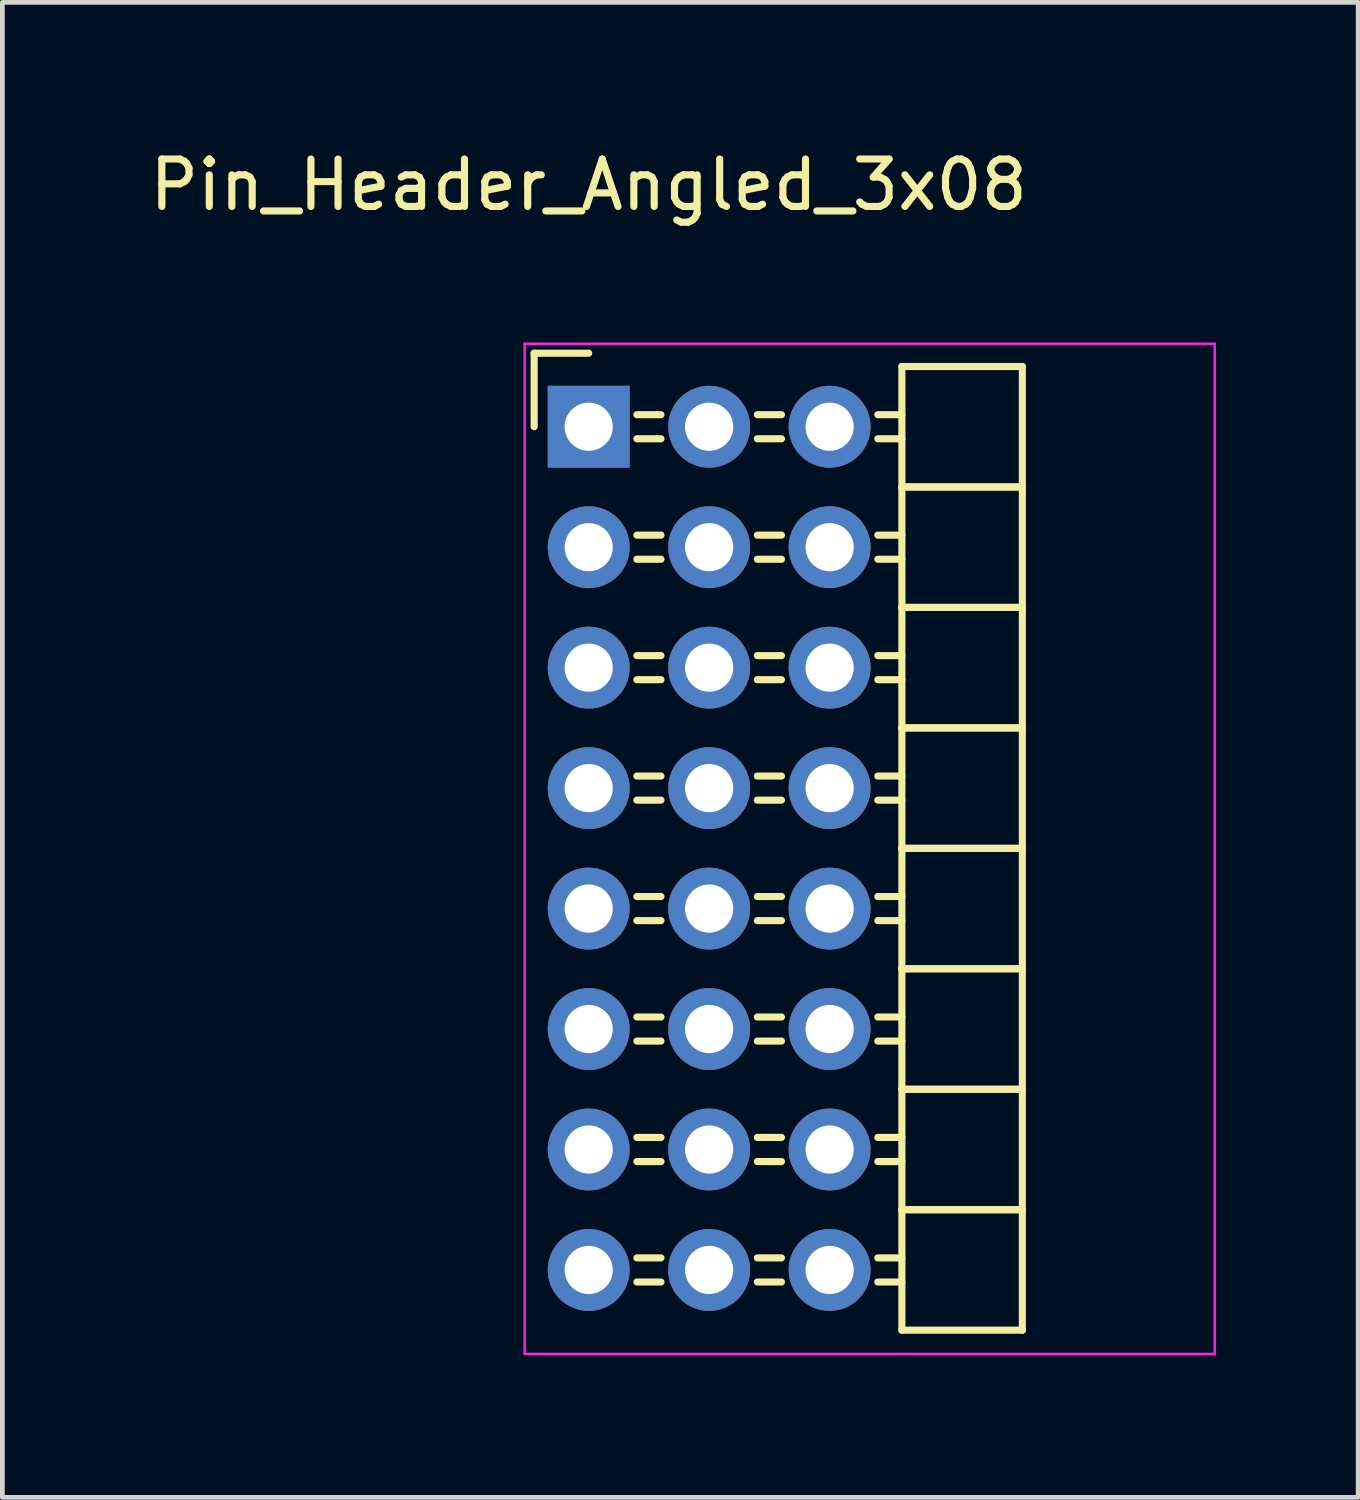
<source format=kicad_pcb>
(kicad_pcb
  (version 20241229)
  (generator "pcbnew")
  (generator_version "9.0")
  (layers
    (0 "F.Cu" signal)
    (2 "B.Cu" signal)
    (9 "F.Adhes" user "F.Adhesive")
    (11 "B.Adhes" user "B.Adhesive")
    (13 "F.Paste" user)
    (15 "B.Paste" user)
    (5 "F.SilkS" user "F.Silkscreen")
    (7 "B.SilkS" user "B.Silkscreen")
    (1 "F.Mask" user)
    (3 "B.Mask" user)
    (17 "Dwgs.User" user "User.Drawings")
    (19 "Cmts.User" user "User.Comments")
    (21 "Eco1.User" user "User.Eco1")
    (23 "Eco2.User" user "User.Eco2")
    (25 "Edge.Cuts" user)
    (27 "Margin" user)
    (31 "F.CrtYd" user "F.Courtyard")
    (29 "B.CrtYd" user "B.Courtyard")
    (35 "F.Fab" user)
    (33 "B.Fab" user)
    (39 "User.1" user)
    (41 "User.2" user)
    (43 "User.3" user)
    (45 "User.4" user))
  (footprint "Pin_Header_Angled_3x08"
    (layer "F.Cu")
    (at 9.363 5.948)
    (property "Reference" "Pin_Header_Angled_3x08" (at 0 -5.1 0) (layer "F.SilkS") (effects (font (size 1 1) (thickness 0.15))))
    (attr through_hole)
    (fp_line (start -1.15 -1.55) (end -1.15 0) (stroke (width 0.15) (type solid)) (layer "F.SilkS"))
    (fp_line (start 0 -1.55) (end -1.15 -1.55) (stroke (width 0.15) (type solid)) (layer "F.SilkS"))
    (fp_line (start 1.524 -0.254) (end 1.016 -0.254) (stroke (width 0.15) (type solid)) (layer "F.SilkS"))
    (fp_line (start 1.524 0.254) (end 1.016 0.254) (stroke (width 0.15) (type solid)) (layer "F.SilkS"))
    (fp_line (start 1.524 2.286) (end 1.016 2.286) (stroke (width 0.15) (type solid)) (layer "F.SilkS"))
    (fp_line (start 1.524 2.794) (end 1.016 2.794) (stroke (width 0.15) (type solid)) (layer "F.SilkS"))
    (fp_line (start 1.524 4.826) (end 1.016 4.826) (stroke (width 0.15) (type solid)) (layer "F.SilkS"))
    (fp_line (start 1.524 5.334) (end 1.016 5.334) (stroke (width 0.15) (type solid)) (layer "F.SilkS"))
    (fp_line (start 1.524 7.366) (end 1.016 7.366) (stroke (width 0.15) (type solid)) (layer "F.SilkS"))
    (fp_line (start 1.524 7.874) (end 1.016 7.874) (stroke (width 0.15) (type solid)) (layer "F.SilkS"))
    (fp_line (start 1.524 9.906) (end 1.016 9.906) (stroke (width 0.15) (type solid)) (layer "F.SilkS"))
    (fp_line (start 1.524 10.414) (end 1.016 10.414) (stroke (width 0.15) (type solid)) (layer "F.SilkS"))
    (fp_line (start 1.524 12.446) (end 1.016 12.446) (stroke (width 0.15) (type solid)) (layer "F.SilkS"))
    (fp_line (start 1.524 12.954) (end 1.016 12.954) (stroke (width 0.15) (type solid)) (layer "F.SilkS"))
    (fp_line (start 1.524 14.986) (end 1.016 14.986) (stroke (width 0.15) (type solid)) (layer "F.SilkS"))
    (fp_line (start 1.524 15.494) (end 1.016 15.494) (stroke (width 0.15) (type solid)) (layer "F.SilkS"))
    (fp_line (start 1.524 17.526) (end 1.016 17.526) (stroke (width 0.15) (type solid)) (layer "F.SilkS"))
    (fp_line (start 1.524 18.034) (end 1.016 18.034) (stroke (width 0.15) (type solid)) (layer "F.SilkS"))
    (fp_line (start 4.064 -0.254) (end 3.556 -0.254) (stroke (width 0.15) (type solid)) (layer "F.SilkS"))
    (fp_line (start 4.064 0.254) (end 3.556 0.254) (stroke (width 0.15) (type solid)) (layer "F.SilkS"))
    (fp_line (start 4.064 2.286) (end 3.556 2.286) (stroke (width 0.15) (type solid)) (layer "F.SilkS"))
    (fp_line (start 4.064 2.794) (end 3.556 2.794) (stroke (width 0.15) (type solid)) (layer "F.SilkS"))
    (fp_line (start 4.064 4.826) (end 3.556 4.826) (stroke (width 0.15) (type solid)) (layer "F.SilkS"))
    (fp_line (start 4.064 5.334) (end 3.556 5.334) (stroke (width 0.15) (type solid)) (layer "F.SilkS"))
    (fp_line (start 4.064 7.366) (end 3.556 7.366) (stroke (width 0.15) (type solid)) (layer "F.SilkS"))
    (fp_line (start 4.064 7.874) (end 3.556 7.874) (stroke (width 0.15) (type solid)) (layer "F.SilkS"))
    (fp_line (start 4.064 9.906) (end 3.556 9.906) (stroke (width 0.15) (type solid)) (layer "F.SilkS"))
    (fp_line (start 4.064 10.414) (end 3.556 10.414) (stroke (width 0.15) (type solid)) (layer "F.SilkS"))
    (fp_line (start 4.064 12.446) (end 3.556 12.446) (stroke (width 0.15) (type solid)) (layer "F.SilkS"))
    (fp_line (start 4.064 12.954) (end 3.556 12.954) (stroke (width 0.15) (type solid)) (layer "F.SilkS"))
    (fp_line (start 4.064 14.986) (end 3.556 14.986) (stroke (width 0.15) (type solid)) (layer "F.SilkS"))
    (fp_line (start 4.064 15.494) (end 3.556 15.494) (stroke (width 0.15) (type solid)) (layer "F.SilkS"))
    (fp_line (start 4.064 17.526) (end 3.556 17.526) (stroke (width 0.15) (type solid)) (layer "F.SilkS"))
    (fp_line (start 4.064 18.034) (end 3.556 18.034) (stroke (width 0.15) (type solid)) (layer "F.SilkS"))
    (fp_line (start 6.604 -1.27) (end 6.604 1.27) (stroke (width 0.15) (type solid)) (layer "F.SilkS"))
    (fp_line (start 6.604 -1.27) (end 9.144 -1.27) (stroke (width 0.15) (type solid)) (layer "F.SilkS"))
    (fp_line (start 6.604 -0.254) (end 6.096 -0.254) (stroke (width 0.15) (type solid)) (layer "F.SilkS"))
    (fp_line (start 6.604 0.254) (end 6.096 0.254) (stroke (width 0.15) (type solid)) (layer "F.SilkS"))
    (fp_line (start 6.604 1.27) (end 6.604 3.81) (stroke (width 0.15) (type solid)) (layer "F.SilkS"))
    (fp_line (start 6.604 1.27) (end 9.144 1.27) (stroke (width 0.15) (type solid)) (layer "F.SilkS"))
    (fp_line (start 6.604 1.27) (end 9.144 1.27) (stroke (width 0.15) (type solid)) (layer "F.SilkS"))
    (fp_line (start 6.604 2.286) (end 6.096 2.286) (stroke (width 0.15) (type solid)) (layer "F.SilkS"))
    (fp_line (start 6.604 2.794) (end 6.096 2.794) (stroke (width 0.15) (type solid)) (layer "F.SilkS"))
    (fp_line (start 6.604 3.81) (end 6.604 6.35) (stroke (width 0.15) (type solid)) (layer "F.SilkS"))
    (fp_line (start 6.604 3.81) (end 9.144 3.81) (stroke (width 0.15) (type solid)) (layer "F.SilkS"))
    (fp_line (start 6.604 3.81) (end 9.144 3.81) (stroke (width 0.15) (type solid)) (layer "F.SilkS"))
    (fp_line (start 6.604 4.826) (end 6.096 4.826) (stroke (width 0.15) (type solid)) (layer "F.SilkS"))
    (fp_line (start 6.604 5.334) (end 6.096 5.334) (stroke (width 0.15) (type solid)) (layer "F.SilkS"))
    (fp_line (start 6.604 6.35) (end 6.604 8.89) (stroke (width 0.15) (type solid)) (layer "F.SilkS"))
    (fp_line (start 6.604 6.35) (end 9.144 6.35) (stroke (width 0.15) (type solid)) (layer "F.SilkS"))
    (fp_line (start 6.604 6.35) (end 9.144 6.35) (stroke (width 0.15) (type solid)) (layer "F.SilkS"))
    (fp_line (start 6.604 7.366) (end 6.096 7.366) (stroke (width 0.15) (type solid)) (layer "F.SilkS"))
    (fp_line (start 6.604 7.874) (end 6.096 7.874) (stroke (width 0.15) (type solid)) (layer "F.SilkS"))
    (fp_line (start 6.604 8.89) (end 6.604 11.43) (stroke (width 0.15) (type solid)) (layer "F.SilkS"))
    (fp_line (start 6.604 8.89) (end 9.144 8.89) (stroke (width 0.15) (type solid)) (layer "F.SilkS"))
    (fp_line (start 6.604 8.89) (end 9.144 8.89) (stroke (width 0.15) (type solid)) (layer "F.SilkS"))
    (fp_line (start 6.604 9.906) (end 6.096 9.906) (stroke (width 0.15) (type solid)) (layer "F.SilkS"))
    (fp_line (start 6.604 10.414) (end 6.096 10.414) (stroke (width 0.15) (type solid)) (layer "F.SilkS"))
    (fp_line (start 6.604 11.43) (end 6.604 13.97) (stroke (width 0.15) (type solid)) (layer "F.SilkS"))
    (fp_line (start 6.604 11.43) (end 9.144 11.43) (stroke (width 0.15) (type solid)) (layer "F.SilkS"))
    (fp_line (start 6.604 11.43) (end 9.144 11.43) (stroke (width 0.15) (type solid)) (layer "F.SilkS"))
    (fp_line (start 6.604 12.446) (end 6.096 12.446) (stroke (width 0.15) (type solid)) (layer "F.SilkS"))
    (fp_line (start 6.604 12.954) (end 6.096 12.954) (stroke (width 0.15) (type solid)) (layer "F.SilkS"))
    (fp_line (start 6.604 13.97) (end 6.604 16.51) (stroke (width 0.15) (type solid)) (layer "F.SilkS"))
    (fp_line (start 6.604 13.97) (end 9.144 13.97) (stroke (width 0.15) (type solid)) (layer "F.SilkS"))
    (fp_line (start 6.604 13.97) (end 9.144 13.97) (stroke (width 0.15) (type solid)) (layer "F.SilkS"))
    (fp_line (start 6.604 14.986) (end 6.096 14.986) (stroke (width 0.15) (type solid)) (layer "F.SilkS"))
    (fp_line (start 6.604 15.494) (end 6.096 15.494) (stroke (width 0.15) (type solid)) (layer "F.SilkS"))
    (fp_line (start 6.604 16.51) (end 6.604 19.05) (stroke (width 0.15) (type solid)) (layer "F.SilkS"))
    (fp_line (start 6.604 16.51) (end 9.144 16.51) (stroke (width 0.15) (type solid)) (layer "F.SilkS"))
    (fp_line (start 6.604 16.51) (end 9.144 16.51) (stroke (width 0.15) (type solid)) (layer "F.SilkS"))
    (fp_line (start 6.604 17.526) (end 6.096 17.526) (stroke (width 0.15) (type solid)) (layer "F.SilkS"))
    (fp_line (start 6.604 18.034) (end 6.096 18.034) (stroke (width 0.15) (type solid)) (layer "F.SilkS"))
    (fp_line (start 6.604 19.05) (end 9.144 19.05) (stroke (width 0.15) (type solid)) (layer "F.SilkS"))
    (fp_line (start 9.144 1.27) (end 9.144 -1.27) (stroke (width 0.15) (type solid)) (layer "F.SilkS"))
    (fp_line (start 9.144 3.81) (end 9.144 1.27) (stroke (width 0.15) (type solid)) (layer "F.SilkS"))
    (fp_line (start 9.144 6.35) (end 9.144 3.81) (stroke (width 0.15) (type solid)) (layer "F.SilkS"))
    (fp_line (start 9.144 8.89) (end 9.144 6.35) (stroke (width 0.15) (type solid)) (layer "F.SilkS"))
    (fp_line (start 9.144 11.43) (end 9.144 8.89) (stroke (width 0.15) (type solid)) (layer "F.SilkS"))
    (fp_line (start 9.144 13.97) (end 9.144 11.43) (stroke (width 0.15) (type solid)) (layer "F.SilkS"))
    (fp_line (start 9.144 16.51) (end 9.144 13.97) (stroke (width 0.15) (type solid)) (layer "F.SilkS"))
    (fp_line (start 9.144 19.05) (end 9.144 16.51) (stroke (width 0.15) (type solid)) (layer "F.SilkS"))
    (fp_line (start -1.35 -1.75) (end -1.35 19.55) (stroke (width 0.05) (type solid)) (layer "F.CrtYd"))
    (fp_line (start -1.35 -1.75) (end 13.2 -1.75) (stroke (width 0.05) (type solid)) (layer "F.CrtYd"))
    (fp_line (start -1.35 19.55) (end 13.2 19.55) (stroke (width 0.05) (type solid)) (layer "F.CrtYd"))
    (fp_line (start 13.2 -1.75) (end 13.2 19.55) (stroke (width 0.05) (type solid)) (layer "F.CrtYd"))
    (pad "1" thru_hole rect (at 0 0) (size 1.727 1.727) (drill 1.016) (layers "*.Cu" "*.Mask"))
    (pad "2" thru_hole oval (at 2.54 0) (size 1.727 1.727) (drill 1.016) (layers "*.Cu" "*.Mask"))
    (pad "3" thru_hole oval (at 5.08 0) (size 1.727 1.727) (drill 1.016) (layers "*.Cu" "*.Mask"))
    (pad "4" thru_hole oval (at 0 2.54) (size 1.727 1.727) (drill 1.016) (layers "*.Cu" "*.Mask"))
    (pad "5" thru_hole oval (at 2.54 2.54) (size 1.727 1.727) (drill 1.016) (layers "*.Cu" "*.Mask"))
    (pad "6" thru_hole oval (at 5.08 2.54) (size 1.727 1.727) (drill 1.016) (layers "*.Cu" "*.Mask"))
    (pad "7" thru_hole oval (at 0 5.08) (size 1.727 1.727) (drill 1.016) (layers "*.Cu" "*.Mask"))
    (pad "8" thru_hole oval (at 2.54 5.08) (size 1.727 1.727) (drill 1.016) (layers "*.Cu" "*.Mask"))
    (pad "9" thru_hole oval (at 5.08 5.08) (size 1.727 1.727) (drill 1.016) (layers "*.Cu" "*.Mask"))
    (pad "10" thru_hole oval (at 0 7.62) (size 1.727 1.727) (drill 1.016) (layers "*.Cu" "*.Mask"))
    (pad "11" thru_hole oval (at 2.54 7.62) (size 1.727 1.727) (drill 1.016) (layers "*.Cu" "*.Mask"))
    (pad "12" thru_hole oval (at 5.08 7.62) (size 1.727 1.727) (drill 1.016) (layers "*.Cu" "*.Mask"))
    (pad "13" thru_hole oval (at 0 10.16) (size 1.727 1.727) (drill 1.016) (layers "*.Cu" "*.Mask"))
    (pad "14" thru_hole oval (at 2.54 10.16) (size 1.727 1.727) (drill 1.016) (layers "*.Cu" "*.Mask"))
    (pad "15" thru_hole oval (at 5.08 10.16) (size 1.727 1.727) (drill 1.016) (layers "*.Cu" "*.Mask"))
    (pad "16" thru_hole oval (at 0 12.7) (size 1.727 1.727) (drill 1.016) (layers "*.Cu" "*.Mask"))
    (pad "17" thru_hole oval (at 2.54 12.7) (size 1.727 1.727) (drill 1.016) (layers "*.Cu" "*.Mask"))
    (pad "18" thru_hole oval (at 5.08 12.7) (size 1.727 1.727) (drill 1.016) (layers "*.Cu" "*.Mask"))
    (pad "19" thru_hole oval (at 0 15.24) (size 1.727 1.727) (drill 1.016) (layers "*.Cu" "*.Mask"))
    (pad "20" thru_hole oval (at 2.54 15.24) (size 1.727 1.727) (drill 1.016) (layers "*.Cu" "*.Mask"))
    (pad "21" thru_hole oval (at 5.08 15.24) (size 1.727 1.727) (drill 1.016) (layers "*.Cu" "*.Mask"))
    (pad "22" thru_hole oval (at 0 17.78) (size 1.727 1.727) (drill 1.016) (layers "*.Cu" "*.Mask"))
    (pad "23" thru_hole oval (at 2.54 17.78) (size 1.727 1.727) (drill 1.016) (layers "*.Cu" "*.Mask"))
    (pad "24" thru_hole oval (at 5.08 17.78) (size 1.727 1.727) (drill 1.016) (layers "*.Cu" "*.Mask")))
  (gr_rect
    (start -3 -3)
    (end 25.588 28.523)
    (stroke (width 0.1) (type default))
    (fill no)
    (layer "Edge.Cuts")))
</source>
